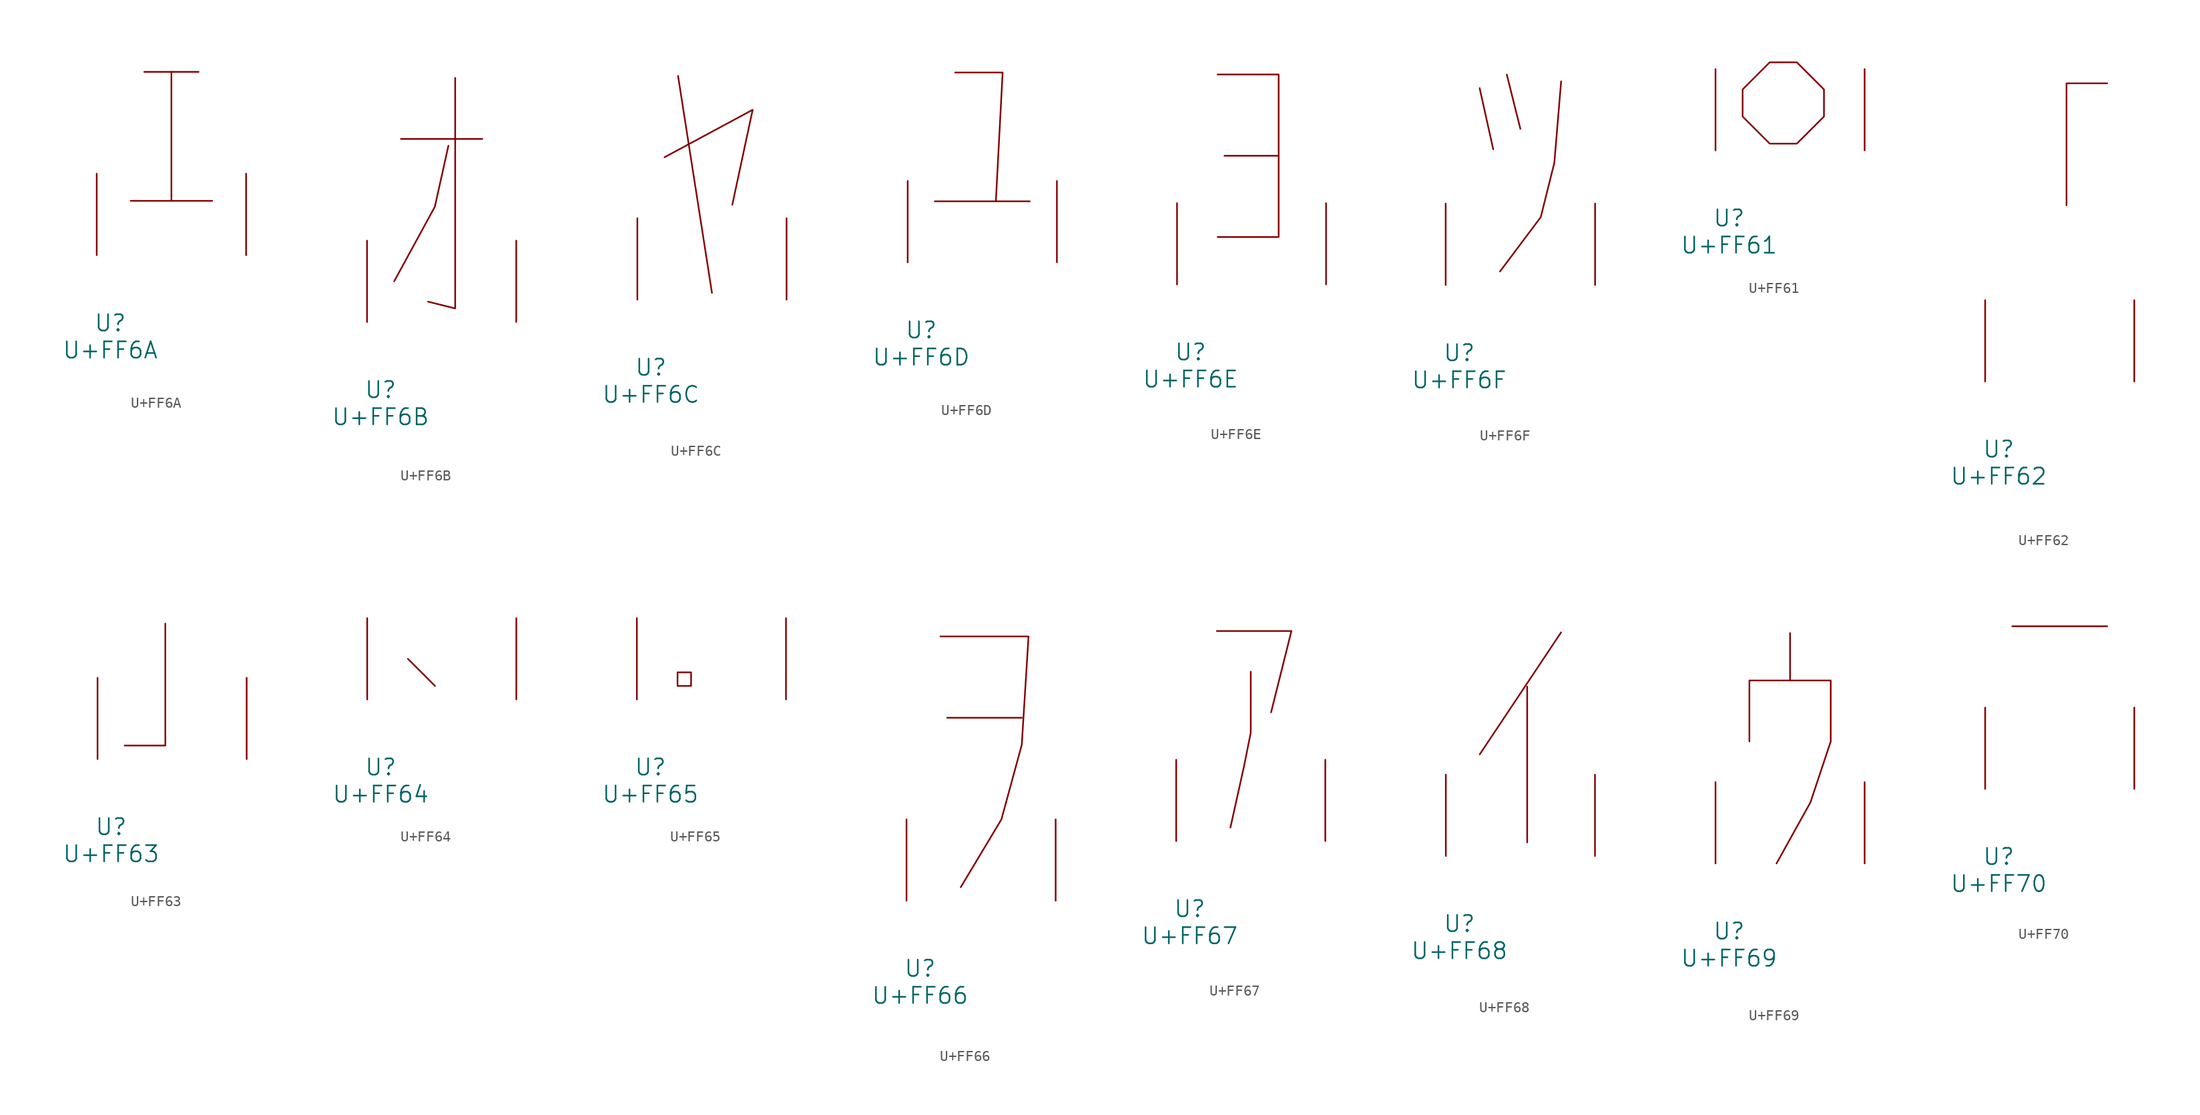
<source format=kicad_sym>
(kicad_symbol_lib
  (version 20231120)
  (generator "kicad_symbol_editor")
  (generator_version "8.0")
  (symbol "U+FF6A"
    (pin_names
      (offset 1.016))
    (property "Reference" "U"
      (at 0 -6.35 0)
      (effects (font (size 1.524 1.524))))
    (property "Value" "U+FF6A"
      (at 0 -8.89 0)
      (effects (font (size 1.524 1.524))))
    (symbol "U+FF6A_0_1"
      (polyline (pts (xy 1.905 5.08) (xy 9.525 5.08)) (stroke (width 0) (type solid)) (fill (type none)))
      (polyline (pts (xy 3.175 17.145) (xy 8.255 17.145)) (stroke (width 0) (type solid)) (fill (type none)))
      (polyline (pts (xy 5.715 17.145) (xy 5.715 5.08)) (stroke (width 0) (type solid)) (fill (type none)))
      (pin input line (at -1.27 0 90) (length 7.62) (name "~" (effects (font (size 1.27 1.27)))) (number "~" (effects (font (size 1.27 1.27)))))
      (pin input line (at 12.7 0 90) (length 7.62) (name "~" (effects (font (size 1.27 1.27)))) (number "~" (effects (font (size 1.27 1.27)))))))
  (symbol "U+FF6B"
    (pin_names
      (offset 1.016))
    (property "Reference" "U"
      (at 0 -6.35 0)
      (effects (font (size 1.524 1.524))))
    (property "Value" "U+FF6B"
      (at 0 -8.89 0)
      (effects (font (size 1.524 1.524))))
    (symbol "U+FF6B_0_1"
      (polyline (pts (xy 1.905 17.145) (xy 9.525 17.145)) (stroke (width 0) (type solid)) (fill (type none)))
      (polyline (pts (xy 6.35 16.51) (xy 5.08 10.795) (xy 1.27 3.81)) (stroke (width 0) (type solid)) (fill (type none)))
      (polyline (pts (xy 6.985 22.86) (xy 6.985 1.27) (xy 4.445 1.905)) (stroke (width 0) (type solid)) (fill (type none)))
      (pin input line (at -1.27 0 90) (length 7.62) (name "~" (effects (font (size 1.27 1.27)))) (number "~" (effects (font (size 1.27 1.27)))))
      (pin input line (at 12.7 0 90) (length 7.62) (name "~" (effects (font (size 1.27 1.27)))) (number "~" (effects (font (size 1.27 1.27)))))))
  (symbol "U+FF6C"
    (pin_names
      (offset 1.016))
    (property "Reference" "U"
      (at 0 -6.35 0)
      (effects (font (size 1.524 1.524))))
    (property "Value" "U+FF6C"
      (at 0 -8.89 0)
      (effects (font (size 1.524 1.524))))
    (symbol "U+FF6C_0_1"
      (polyline (pts (xy 2.54 20.955) (xy 5.715 0.635)) (stroke (width 0) (type solid)) (fill (type none)))
      (polyline (pts (xy 1.27 13.335) (xy 9.525 17.78) (xy 7.62 8.89)) (stroke (width 0) (type solid)) (fill (type none)))
      (pin input line (at -1.27 0 90) (length 7.62) (name "~" (effects (font (size 1.27 1.27)))) (number "~" (effects (font (size 1.27 1.27)))))
      (pin input line (at 12.7 0 90) (length 7.62) (name "~" (effects (font (size 1.27 1.27)))) (number "~" (effects (font (size 1.27 1.27)))))))
  (symbol "U+FF6D"
    (pin_names
      (offset 1.016))
    (property "Reference" "U"
      (at 0 -6.35 0)
      (effects (font (size 1.524 1.524))))
    (property "Value" "U+FF6D"
      (at 0 -8.89 0)
      (effects (font (size 1.524 1.524))))
    (symbol "U+FF6D_0_1"
      (polyline (pts (xy 1.27 5.715) (xy 10.16 5.715)) (stroke (width 0) (type solid)) (fill (type none)))
      (polyline (pts (xy 3.175 17.78) (xy 7.62 17.78) (xy 6.985 5.715)) (stroke (width 0) (type solid)) (fill (type none)))
      (pin input line (at -1.27 0 90) (length 7.62) (name "~" (effects (font (size 1.27 1.27)))) (number "~" (effects (font (size 1.27 1.27)))))
      (pin input line (at 12.7 0 90) (length 7.62) (name "~" (effects (font (size 1.27 1.27)))) (number "~" (effects (font (size 1.27 1.27)))))))
  (symbol "U+FF6E"
    (pin_names
      (offset 1.016))
    (property "Reference" "U"
      (at 0 -6.35 0)
      (effects (font (size 1.524 1.524))))
    (property "Value" "U+FF6E"
      (at 0 -8.89 0)
      (effects (font (size 1.524 1.524))))
    (symbol "U+FF6E_0_1"
      (polyline (pts (xy 3.175 12.065) (xy 8.255 12.065)) (stroke (width 0) (type solid)) (fill (type none)))
      (polyline (pts (xy 2.54 19.685) (xy 8.255 19.685) (xy 8.255 4.445) (xy 2.54 4.445)) (stroke (width 0) (type solid)) (fill (type none)))
      (pin input line (at -1.27 0 90) (length 7.62) (name "~" (effects (font (size 1.27 1.27)))) (number "~" (effects (font (size 1.27 1.27)))))
      (pin input line (at 12.7 0 90) (length 7.62) (name "~" (effects (font (size 1.27 1.27)))) (number "~" (effects (font (size 1.27 1.27)))))))
  (symbol "U+FF6F"
    (pin_names
      (offset 1.016))
    (property "Reference" "U"
      (at 0 -6.35 0)
      (effects (font (size 1.524 1.524))))
    (property "Value" "U+FF6F"
      (at 0 -8.89 0)
      (effects (font (size 1.524 1.524))))
    (symbol "U+FF6F_0_1"
      (polyline (pts (xy 1.905 18.415) (xy 3.175 12.7)) (stroke (width 0) (type solid)) (fill (type none)))
      (polyline (pts (xy 4.445 19.685) (xy 5.715 14.605)) (stroke (width 0) (type solid)) (fill (type none)))
      (polyline (pts (xy 9.525 19.05) (xy 8.89 11.43) (xy 7.62 6.35) (xy 3.81 1.27)) (stroke (width 0) (type solid)) (fill (type none)))
      (pin input line (at -1.27 0 90) (length 7.62) (name "~" (effects (font (size 1.27 1.27)))) (number "~" (effects (font (size 1.27 1.27)))))
      (pin input line (at 12.7 0 90) (length 7.62) (name "~" (effects (font (size 1.27 1.27)))) (number "~" (effects (font (size 1.27 1.27)))))))
  (symbol "U+FF61"
    (pin_names
      (offset 1.016))
    (property "Reference" "U"
      (at 0 -6.35 0)
      (effects (font (size 1.524 1.524))))
    (property "Value" "U+FF61"
      (at 0 -8.89 0)
      (effects (font (size 1.524 1.524))))
    (symbol "U+FF61_0_1"
      (polyline (pts (xy 3.81 8.255) (xy 6.35 8.255) (xy 8.89 5.715) (xy 8.89 3.175) (xy 6.35 0.635) (xy 3.81 0.635) (xy 1.27 3.175) (xy 1.27 5.715) (xy 3.81 8.255)) (stroke (width 0) (type solid)) (fill (type none)))
      (pin input line (at -1.27 0 90) (length 7.62) (name "~" (effects (font (size 1.27 1.27)))) (number "~" (effects (font (size 1.27 1.27)))))
      (pin input line (at 12.7 0 90) (length 7.62) (name "~" (effects (font (size 1.27 1.27)))) (number "~" (effects (font (size 1.27 1.27)))))))
  (symbol "U+FF62"
    (pin_names
      (offset 1.016))
    (property "Reference" "U"
      (at 0 -6.35 0)
      (effects (font (size 1.524 1.524))))
    (property "Value" "U+FF62"
      (at 0 -8.89 0)
      (effects (font (size 1.524 1.524))))
    (symbol "U+FF62_0_1"
      (polyline (pts (xy 10.16 27.94) (xy 6.35 27.94) (xy 6.35 16.51)) (stroke (width 0) (type solid)) (fill (type none)))
      (pin input line (at -1.27 0 90) (length 7.62) (name "~" (effects (font (size 1.27 1.27)))) (number "~" (effects (font (size 1.27 1.27)))))
      (pin input line (at 12.7 0 90) (length 7.62) (name "~" (effects (font (size 1.27 1.27)))) (number "~" (effects (font (size 1.27 1.27)))))))
  (symbol "U+FF63"
    (pin_names
      (offset 1.016))
    (property "Reference" "U"
      (at 0 -6.35 0)
      (effects (font (size 1.524 1.524))))
    (property "Value" "U+FF63"
      (at 0 -8.89 0)
      (effects (font (size 1.524 1.524))))
    (symbol "U+FF63_0_1"
      (polyline (pts (xy 1.27 1.27) (xy 5.08 1.27) (xy 5.08 12.7)) (stroke (width 0) (type solid)) (fill (type none)))
      (pin input line (at -1.27 0 90) (length 7.62) (name "~" (effects (font (size 1.27 1.27)))) (number "~" (effects (font (size 1.27 1.27)))))
      (pin input line (at 12.7 0 90) (length 7.62) (name "~" (effects (font (size 1.27 1.27)))) (number "~" (effects (font (size 1.27 1.27)))))))
  (symbol "U+FF64"
    (pin_names
      (offset 1.016))
    (property "Reference" "U"
      (at 0 -6.35 0)
      (effects (font (size 1.524 1.524))))
    (property "Value" "U+FF64"
      (at 0 -8.89 0)
      (effects (font (size 1.524 1.524))))
    (symbol "U+FF64_0_1"
      (polyline (pts (xy 2.54 3.81) (xy 5.08 1.27)) (stroke (width 0) (type solid)) (fill (type none)))
      (pin input line (at -1.27 0 90) (length 7.62) (name "~" (effects (font (size 1.27 1.27)))) (number "~" (effects (font (size 1.27 1.27)))))
      (pin input line (at 12.7 0 90) (length 7.62) (name "~" (effects (font (size 1.27 1.27)))) (number "~" (effects (font (size 1.27 1.27)))))))
  (symbol "U+FF65"
    (pin_names
      (offset 1.016))
    (property "Reference" "U"
      (at 0 -6.35 0)
      (effects (font (size 1.524 1.524))))
    (property "Value" "U+FF65"
      (at 0 -8.89 0)
      (effects (font (size 1.524 1.524))))
    (symbol "U+FF65_0_1"
      (polyline (pts (xy 2.54 2.54) (xy 3.81 2.54) (xy 3.81 1.27) (xy 2.54 1.27) (xy 2.54 2.54)) (stroke (width 0) (type solid)) (fill (type none)))
      (pin input line (at -1.27 0 90) (length 7.62) (name "~" (effects (font (size 1.27 1.27)))) (number "~" (effects (font (size 1.27 1.27)))))
      (pin input line (at 12.7 0 90) (length 7.62) (name "~" (effects (font (size 1.27 1.27)))) (number "~" (effects (font (size 1.27 1.27)))))))
  (symbol "U+FF66"
    (pin_names
      (offset 1.016))
    (property "Reference" "U"
      (at 0 -6.35 0)
      (effects (font (size 1.524 1.524))))
    (property "Value" "U+FF66"
      (at 0 -8.89 0)
      (effects (font (size 1.524 1.524))))
    (symbol "U+FF66_0_1"
      (polyline (pts (xy 2.54 17.145) (xy 9.525 17.145)) (stroke (width 0) (type solid)) (fill (type none)))
      (polyline (pts (xy 1.905 24.765) (xy 10.16 24.765) (xy 9.525 14.605) (xy 7.62 7.62) (xy 3.81 1.27)) (stroke (width 0) (type solid)) (fill (type none)))
      (pin input line (at -1.27 0 90) (length 7.62) (name "~" (effects (font (size 1.27 1.27)))) (number "~" (effects (font (size 1.27 1.27)))))
      (pin input line (at 12.7 0 90) (length 7.62) (name "~" (effects (font (size 1.27 1.27)))) (number "~" (effects (font (size 1.27 1.27)))))))
  (symbol "U+FF67"
    (pin_names
      (offset 1.016))
    (property "Reference" "U"
      (at 0 -6.35 0)
      (effects (font (size 1.524 1.524))))
    (property "Value" "U+FF67"
      (at 0 -8.89 0)
      (effects (font (size 1.524 1.524))))
    (symbol "U+FF67_0_1"
      (polyline (pts (xy 2.54 19.685) (xy 9.525 19.685) (xy 7.62 12.065)) (stroke (width 0) (type solid)) (fill (type none)))
      (polyline (pts (xy 5.715 15.875) (xy 5.715 10.16) (xy 5.08 6.985) (xy 3.81 1.27)) (stroke (width 0) (type solid)) (fill (type none)))
      (pin input line (at -1.27 0 90) (length 7.62) (name "~" (effects (font (size 1.27 1.27)))) (number "~" (effects (font (size 1.27 1.27)))))
      (pin input line (at 12.7 0 90) (length 7.62) (name "~" (effects (font (size 1.27 1.27)))) (number "~" (effects (font (size 1.27 1.27)))))))
  (symbol "U+FF68"
    (pin_names
      (offset 1.016))
    (property "Reference" "U"
      (at 0 -6.35 0)
      (effects (font (size 1.524 1.524))))
    (property "Value" "U+FF68"
      (at 0 -8.89 0)
      (effects (font (size 1.524 1.524))))
    (symbol "U+FF68_0_1"
      (polyline (pts (xy 6.35 15.875) (xy 6.35 1.27)) (stroke (width 0) (type solid)) (fill (type none)))
      (polyline (pts (xy 9.525 20.955) (xy 1.905 9.525)) (stroke (width 0) (type solid)) (fill (type none)))
      (pin input line (at -1.27 0 90) (length 7.62) (name "~" (effects (font (size 1.27 1.27)))) (number "~" (effects (font (size 1.27 1.27)))))
      (pin input line (at 12.7 0 90) (length 7.62) (name "~" (effects (font (size 1.27 1.27)))) (number "~" (effects (font (size 1.27 1.27)))))))
  (symbol "U+FF69"
    (pin_names
      (offset 1.016))
    (property "Reference" "U"
      (at 0 -6.35 0)
      (effects (font (size 1.524 1.524))))
    (property "Value" "U+FF69"
      (at 0 -8.89 0)
      (effects (font (size 1.524 1.524))))
    (symbol "U+FF69_0_1"
      (polyline (pts (xy 5.715 21.59) (xy 5.715 17.145)) (stroke (width 0) (type solid)) (fill (type none)))
      (polyline (pts (xy 1.905 11.43) (xy 1.905 17.145) (xy 9.525 17.145) (xy 9.525 11.43) (xy 7.62 5.715) (xy 4.445 0)) (stroke (width 0) (type solid)) (fill (type none)))
      (pin input line (at -1.27 0 90) (length 7.62) (name "~" (effects (font (size 1.27 1.27)))) (number "~" (effects (font (size 1.27 1.27)))))
      (pin input line (at 12.7 0 90) (length 7.62) (name "~" (effects (font (size 1.27 1.27)))) (number "~" (effects (font (size 1.27 1.27)))))))
  (symbol "U+FF70"
    (pin_names
      (offset 1.016))
    (property "Reference" "U"
      (at 0 -6.35 0)
      (effects (font (size 1.524 1.524))))
    (property "Value" "U+FF70"
      (at 0 -8.89 0)
      (effects (font (size 1.524 1.524))))
    (symbol "U+FF70_0_1"
      (polyline (pts (xy 1.27 15.24) (xy 10.16 15.24)) (stroke (width 0) (type solid)) (fill (type none)))
      (pin input line (at -1.27 0 90) (length 7.62) (name "~" (effects (font (size 1.27 1.27)))) (number "~" (effects (font (size 1.27 1.27)))))
      (pin input line (at 12.7 0 90) (length 7.62) (name "~" (effects (font (size 1.27 1.27)))) (number "~" (effects (font (size 1.27 1.27))))))))
</source>
